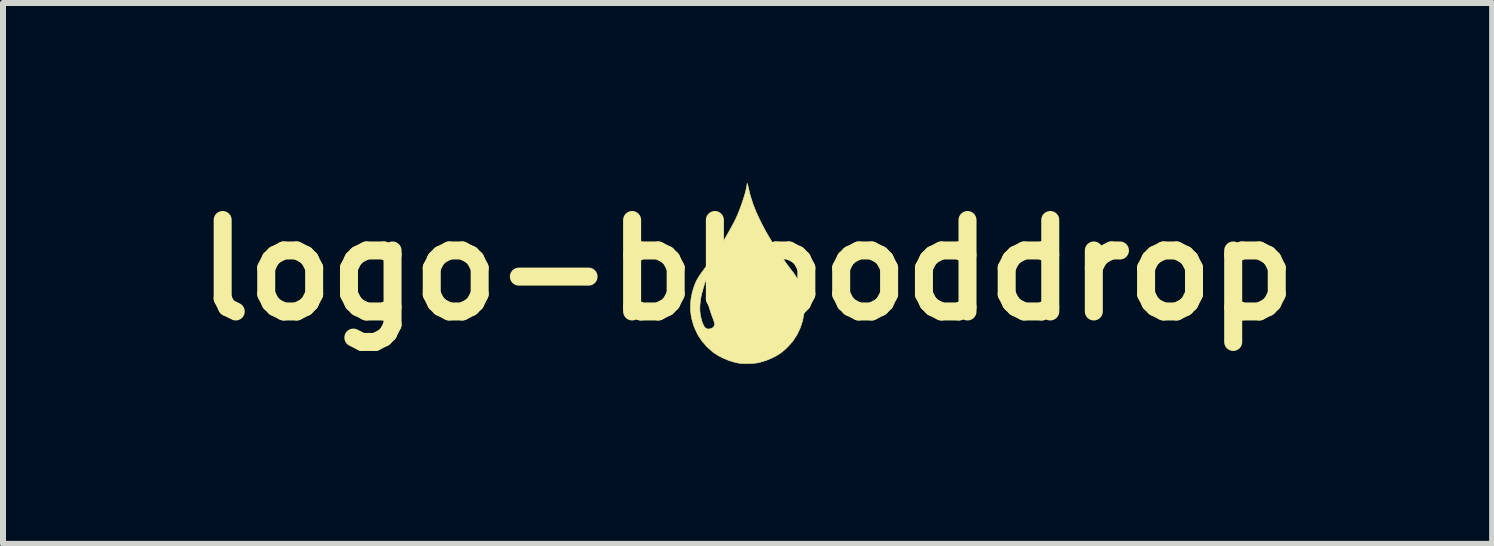
<source format=kicad_pcb>
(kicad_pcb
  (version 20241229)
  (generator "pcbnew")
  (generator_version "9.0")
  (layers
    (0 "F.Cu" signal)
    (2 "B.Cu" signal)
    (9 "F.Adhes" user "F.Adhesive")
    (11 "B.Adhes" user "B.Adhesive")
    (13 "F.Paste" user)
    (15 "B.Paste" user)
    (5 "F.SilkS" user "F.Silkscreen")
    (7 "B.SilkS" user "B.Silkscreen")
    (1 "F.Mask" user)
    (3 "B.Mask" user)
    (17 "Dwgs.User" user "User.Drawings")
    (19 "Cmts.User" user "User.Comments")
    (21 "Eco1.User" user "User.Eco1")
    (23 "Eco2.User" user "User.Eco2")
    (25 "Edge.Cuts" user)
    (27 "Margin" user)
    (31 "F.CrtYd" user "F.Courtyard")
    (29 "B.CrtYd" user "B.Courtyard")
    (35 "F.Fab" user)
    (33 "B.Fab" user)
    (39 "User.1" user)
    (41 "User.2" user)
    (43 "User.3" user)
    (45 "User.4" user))
  (footprint "logo-blooddrop"
    (layer "F.Cu")
    (at 9.405 1.45)
    (property "Reference" "logo-blooddrop" (at 0 0 0) (layer "F.SilkS") (effects (font (size 1.524 1.524) (thickness 0.3))))
    (attr through_hole)
    (fp_poly (pts (xy -0.001 -1.433) (xy 0.005 -1.41) (xy 0.013 -1.376) (xy 0.013 -1.374) (xy 0.046 -1.24) (xy 0.089 -1.105) (xy 0.143 -0.967) (xy 0.209 -0.825) (xy 0.287 -0.675) (xy 0.32 -0.616) (xy 0.359 -0.549) (xy 0.403 -0.477) (xy 0.451 -0.401) (xy 0.501 -0.323) (xy 0.551 -0.248) (xy 0.6 -0.176) (xy 0.646 -0.111) (xy 0.687 -0.054) (xy 0.722 -0.009) (xy 0.733 0.004) (xy 0.756 0.034) (xy 0.783 0.072) (xy 0.811 0.115) (xy 0.835 0.156) (xy 0.851 0.185) (xy 0.868 0.223) (xy 0.886 0.273) (xy 0.904 0.329) (xy 0.92 0.386) (xy 0.932 0.439) (xy 0.939 0.478) (xy 0.948 0.6) (xy 0.94 0.723) (xy 0.917 0.844) (xy 0.879 0.961) (xy 0.827 1.072) (xy 0.761 1.175) (xy 0.76 1.176) (xy 0.715 1.23) (xy 0.662 1.287) (xy 0.606 1.339) (xy 0.557 1.378) (xy 0.485 1.425) (xy 0.402 1.467) (xy 0.313 1.504) (xy 0.223 1.532) (xy 0.167 1.545) (xy 0.126 1.551) (xy 0.074 1.554) (xy 0.015 1.556) (xy -0.044 1.557) (xy -0.098 1.555) (xy -0.142 1.551) (xy -0.153 1.549) (xy -0.233 1.531) (xy -0.317 1.504) (xy -0.401 1.469) (xy -0.481 1.429) (xy -0.551 1.385) (xy -0.58 1.364) (xy -0.677 1.277) (xy -0.76 1.182) (xy -0.828 1.078) (xy -0.881 0.966) (xy -0.9 0.914) (xy -0.924 0.832) (xy -0.94 0.757) (xy -0.948 0.682) (xy -0.949 0.665) (xy -0.795 0.665) (xy -0.787 0.745) (xy -0.769 0.823) (xy -0.756 0.867) (xy -0.736 0.916) (xy -0.716 0.95) (xy -0.694 0.971) (xy -0.668 0.981) (xy -0.651 0.982) (xy -0.618 0.978) (xy -0.59 0.967) (xy -0.588 0.966) (xy -0.566 0.948) (xy -0.551 0.925) (xy -0.551 0.924) (xy -0.547 0.912) (xy -0.546 0.898) (xy -0.549 0.88) (xy -0.558 0.855) (xy -0.571 0.818) (xy -0.574 0.811) (xy -0.612 0.708) (xy -0.64 0.615) (xy -0.66 0.527) (xy -0.673 0.439) (xy -0.68 0.348) (xy -0.681 0.282) (xy -0.682 0.237) (xy -0.683 0.2) (xy -0.685 0.173) (xy -0.687 0.158) (xy -0.688 0.157) (xy -0.699 0.18) (xy -0.712 0.216) (xy -0.726 0.261) (xy -0.741 0.311) (xy -0.755 0.362) (xy -0.768 0.411) (xy -0.777 0.455) (xy -0.783 0.484) (xy -0.793 0.579) (xy -0.795 0.665) (xy -0.949 0.665) (xy -0.95 0.605) (xy -0.943 0.484) (xy -0.919 0.365) (xy -0.897 0.293) (xy -0.878 0.241) (xy -0.859 0.196) (xy -0.837 0.152) (xy -0.81 0.108) (xy -0.777 0.059) (xy -0.735 0.002) (xy -0.718 -0.021) (xy -0.614 -0.161) (xy -0.511 -0.311) (xy -0.413 -0.461) (xy -0.4 -0.483) (xy -0.381 -0.516) (xy -0.357 -0.558) (xy -0.33 -0.606) (xy -0.302 -0.655) (xy -0.275 -0.704) (xy -0.251 -0.748) (xy -0.231 -0.785) (xy -0.216 -0.812) (xy -0.215 -0.815) (xy -0.185 -0.877) (xy -0.155 -0.947) (xy -0.126 -1.022) (xy -0.098 -1.099) (xy -0.072 -1.175) (xy -0.049 -1.249) (xy -0.03 -1.316) (xy -0.017 -1.375) (xy -0.009 -1.423) (xy -0.008 -1.441) (xy -0.006 -1.445) (xy -0.001 -1.433)) (stroke (width 0.01) (type solid)) (fill yes) (layer "F.SilkS")))
  (gr_rect
    (start -3 -3)
    (end 21.811 6.011)
    (stroke (width 0.1) (type default))
    (fill no)
    (layer "Edge.Cuts")))
</source>
